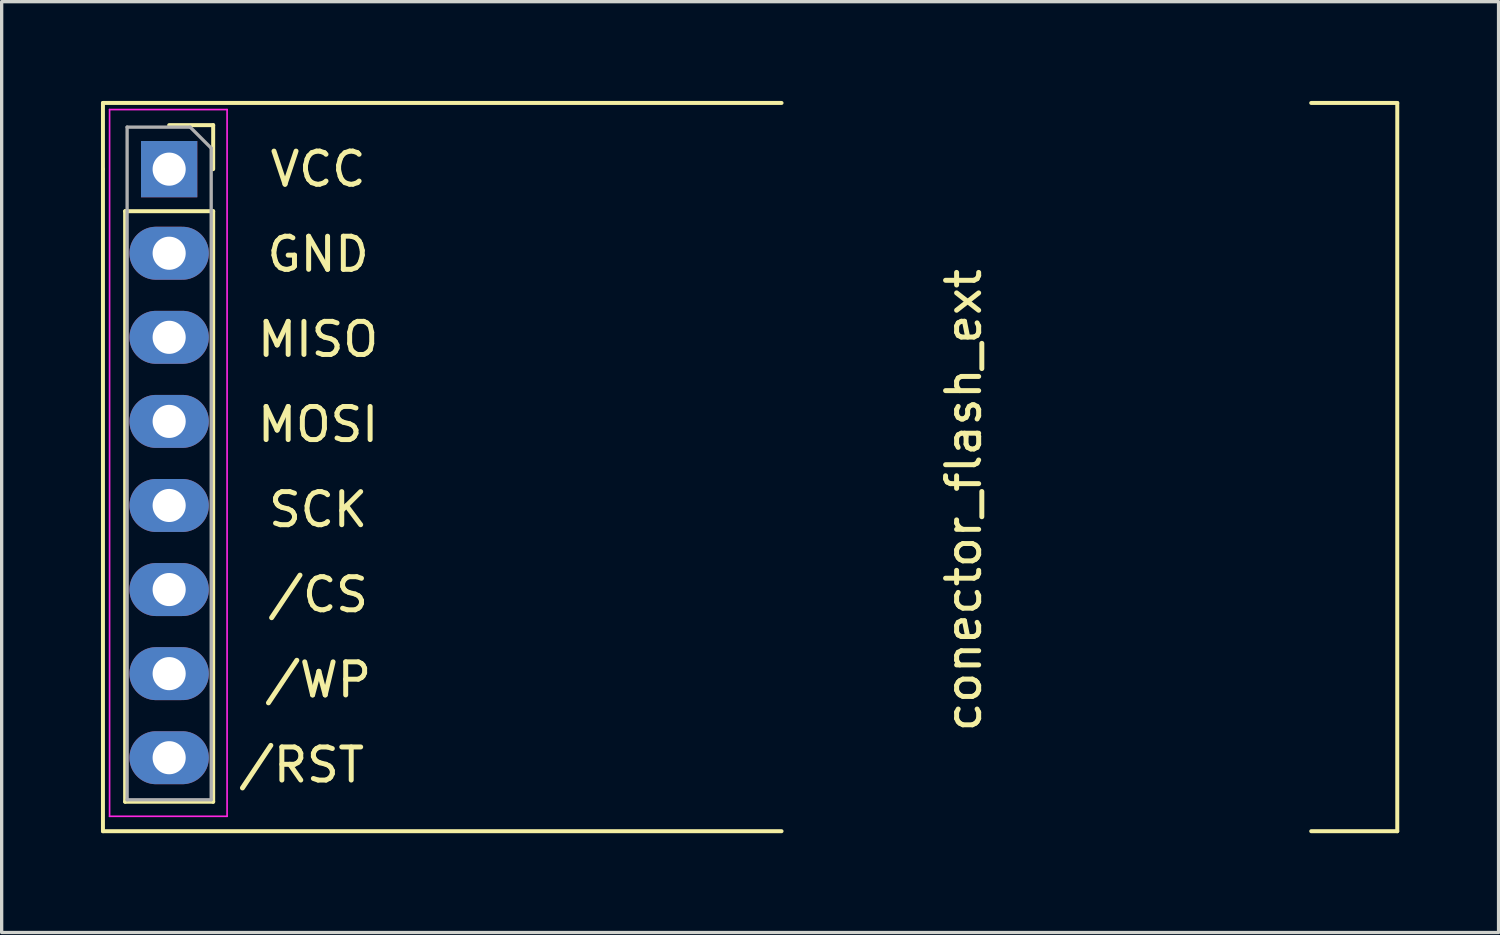
<source format=kicad_pcb>
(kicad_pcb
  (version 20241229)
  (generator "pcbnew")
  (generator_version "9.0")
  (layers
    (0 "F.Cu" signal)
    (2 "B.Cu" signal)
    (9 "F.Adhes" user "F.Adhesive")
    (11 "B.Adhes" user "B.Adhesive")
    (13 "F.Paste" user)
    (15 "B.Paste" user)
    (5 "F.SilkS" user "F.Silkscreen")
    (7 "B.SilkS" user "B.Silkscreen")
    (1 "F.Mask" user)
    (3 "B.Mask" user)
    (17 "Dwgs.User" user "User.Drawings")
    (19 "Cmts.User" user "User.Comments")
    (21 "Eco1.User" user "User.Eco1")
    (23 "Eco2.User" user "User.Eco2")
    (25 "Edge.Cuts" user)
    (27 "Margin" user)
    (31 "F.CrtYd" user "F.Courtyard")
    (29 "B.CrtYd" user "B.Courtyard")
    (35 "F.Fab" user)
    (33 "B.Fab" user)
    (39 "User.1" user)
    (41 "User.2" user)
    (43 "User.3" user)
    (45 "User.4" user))
  (footprint "conector_flash_ext"
    (layer "F.Cu")
    (at 2.06 2.06)
    (property "Reference" "conector_flash_ext" (at 24 10 270) (layer "F.SilkS") (effects (font (size 1 1) (thickness 0.15))))
    (attr through_hole)
    (fp_line (start -2 0) (end -2 -2) (stroke (width 0.12) (type solid)) (layer "F.SilkS"))
    (fp_line (start -2 0) (end -2 20) (stroke (width 0.12) (type solid)) (layer "F.SilkS"))
    (fp_line (start -1.33 1.27) (end -1.33 19.11) (stroke (width 0.12) (type solid)) (layer "F.SilkS"))
    (fp_line (start -1.33 1.27) (end 1.33 1.27) (stroke (width 0.12) (type solid)) (layer "F.SilkS"))
    (fp_line (start -1.33 19.11) (end 1.33 19.11) (stroke (width 0.12) (type solid)) (layer "F.SilkS"))
    (fp_line (start 0 -1.33) (end 1.33 -1.33) (stroke (width 0.12) (type solid)) (layer "F.SilkS"))
    (fp_line (start 1.33 -1.33) (end 1.33 0) (stroke (width 0.12) (type solid)) (layer "F.SilkS"))
    (fp_line (start 1.33 1.27) (end 1.33 19.11) (stroke (width 0.12) (type solid)) (layer "F.SilkS"))
    (fp_line (start 18.5 -2) (end -2 -2) (stroke (width 0.12) (type solid)) (layer "F.SilkS"))
    (fp_line (start 18.5 20) (end -2 20) (stroke (width 0.12) (type solid)) (layer "F.SilkS"))
    (fp_line (start 34.5 20) (end 37.1 20) (stroke (width 0.12) (type solid)) (layer "F.SilkS"))
    (fp_line (start 37.1 -2) (end 34.5 -2) (stroke (width 0.12) (type solid)) (layer "F.SilkS"))
    (fp_line (start 37.1 -2) (end 37.1 20) (stroke (width 0.12) (type solid)) (layer "F.SilkS"))
    (fp_line (start -1.8 -1.8) (end 1.75 -1.8) (stroke (width 0.05) (type solid)) (layer "F.CrtYd"))
    (fp_line (start -1.8 19.55) (end -1.8 -1.8) (stroke (width 0.05) (type solid)) (layer "F.CrtYd"))
    (fp_line (start 1.75 -1.8) (end 1.75 19.55) (stroke (width 0.05) (type solid)) (layer "F.CrtYd"))
    (fp_line (start 1.75 19.55) (end -1.8 19.55) (stroke (width 0.05) (type solid)) (layer "F.CrtYd"))
    (fp_line (start -1.27 -1.27) (end 0.635 -1.27) (stroke (width 0.1) (type solid)) (layer "F.Fab"))
    (fp_line (start -1.27 19.05) (end -1.27 -1.27) (stroke (width 0.1) (type solid)) (layer "F.Fab"))
    (fp_line (start 0.635 -1.27) (end 1.27 -0.635) (stroke (width 0.1) (type solid)) (layer "F.Fab"))
    (fp_line (start 1.27 -0.635) (end 1.27 19.05) (stroke (width 0.1) (type solid)) (layer "F.Fab"))
    (fp_line (start 1.27 19.05) (end -1.27 19.05) (stroke (width 0.1) (type solid)) (layer "F.Fab"))
    (fp_text user "SCK" (at 4.5 10.286 180) (layer "F.SilkS") (effects (font (size 1 1) (thickness 0.15))))
    (fp_text user "GND" (at 4.5 2.571 180) (layer "F.SilkS") (effects (font (size 1 1) (thickness 0.15))))
    (fp_text user "VCC" (at 4.5 0 180) (layer "F.SilkS") (effects (font (size 1 1) (thickness 0.15))))
    (fp_text user "MOSI" (at 4.5 7.714 180) (layer "F.SilkS") (effects (font (size 1 1) (thickness 0.15))))
    (fp_text user "MISO" (at 4.5 5.143 180) (layer "F.SilkS") (effects (font (size 1 1) (thickness 0.15))))
    (fp_text user "/WP" (at 4.5 15.429 180) (layer "F.SilkS") (effects (font (size 1 1) (thickness 0.15))))
    (fp_text user "/CS" (at 4.5 12.857 180) (layer "F.SilkS") (effects (font (size 1 1) (thickness 0.15))))
    (fp_text user "/RST" (at 4 18 180) (layer "F.SilkS") (effects (font (size 1 1) (thickness 0.15))))
    (pad "1" thru_hole rect (at 0 0) (size 1.7 1.7) (drill 1) (layers "*.Cu" "*.Mask"))
    (pad "2" thru_hole oval (at 0 2.54) (size 2.4 1.6) (drill 1) (layers "*.Cu" "*.Mask"))
    (pad "3" thru_hole oval (at 0 5.08) (size 2.4 1.6) (drill 1) (layers "*.Cu" "*.Mask"))
    (pad "4" thru_hole oval (at 0 7.62) (size 2.4 1.6) (drill 1) (layers "*.Cu" "*.Mask"))
    (pad "5" thru_hole oval (at 0 10.16) (size 2.4 1.6) (drill 1) (layers "*.Cu" "*.Mask"))
    (pad "6" thru_hole oval (at 0 12.7) (size 2.4 1.6) (drill 1) (layers "*.Cu" "*.Mask"))
    (pad "7" thru_hole oval (at 0 15.24) (size 2.4 1.6) (drill 1) (layers "*.Cu" "*.Mask"))
    (pad "8" thru_hole oval (at 0 17.78) (size 2.4 1.6) (drill 1) (layers "*.Cu" "*.Mask")))
  (gr_rect
    (start -3 -3)
    (end 42.22 25.12)
    (stroke (width 0.1) (type default))
    (fill no)
    (layer "Edge.Cuts")))
</source>
